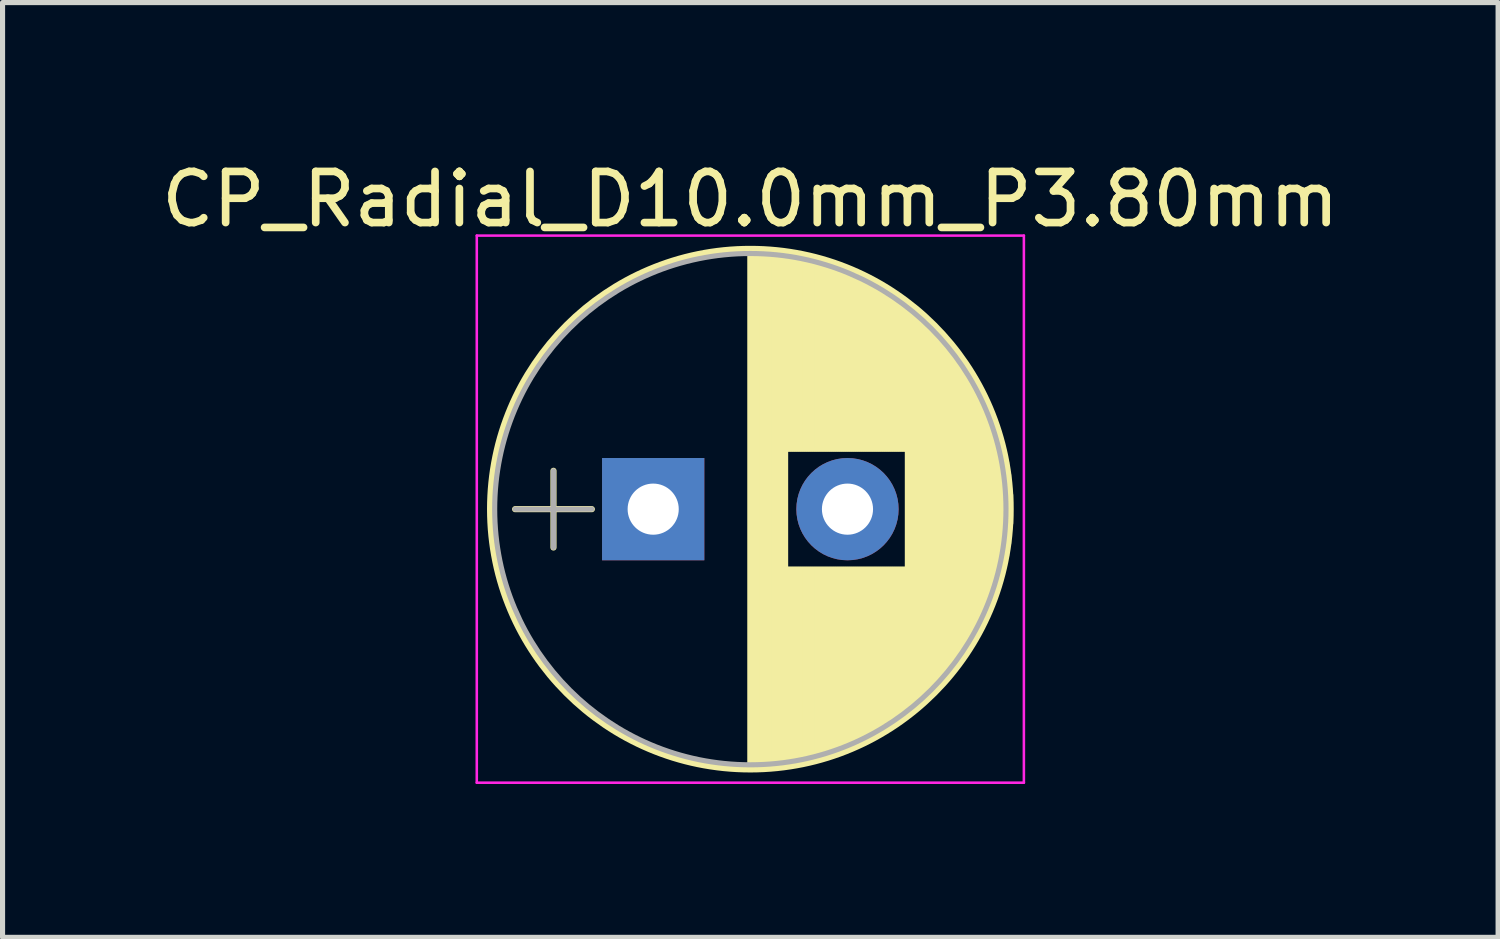
<source format=kicad_pcb>
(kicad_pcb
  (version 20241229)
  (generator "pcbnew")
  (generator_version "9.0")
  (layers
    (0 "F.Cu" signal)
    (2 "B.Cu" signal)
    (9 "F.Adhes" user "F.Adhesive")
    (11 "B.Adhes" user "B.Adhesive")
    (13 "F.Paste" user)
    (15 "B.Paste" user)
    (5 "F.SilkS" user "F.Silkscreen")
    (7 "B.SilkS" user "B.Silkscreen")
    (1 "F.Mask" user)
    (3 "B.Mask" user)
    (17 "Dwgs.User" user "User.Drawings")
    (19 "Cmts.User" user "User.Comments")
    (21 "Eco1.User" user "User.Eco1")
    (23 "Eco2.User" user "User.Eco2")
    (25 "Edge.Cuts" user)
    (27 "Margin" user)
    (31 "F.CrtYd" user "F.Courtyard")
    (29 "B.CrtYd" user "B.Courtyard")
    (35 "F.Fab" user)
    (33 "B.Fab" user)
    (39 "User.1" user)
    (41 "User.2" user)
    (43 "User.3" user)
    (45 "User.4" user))
  (footprint "CP_Radial_D10.0mm_P3.80mm"
    (layer "F.Cu")
    (at 9.725 6.908)
    (property "Reference" "CP_Radial_D10.0mm_P3.80mm" (at 1.9 -6.06 0) (layer "F.SilkS") (effects (font (size 1 1) (thickness 0.15))))
    (attr through_hole)
    (fp_line (start -2.7 0) (end -1.2 0) (stroke (width 0.12) (type solid)) (layer "F.SilkS"))
    (fp_line (start -1.95 -0.75) (end -1.95 0.75) (stroke (width 0.12) (type solid)) (layer "F.SilkS"))
    (fp_line (start 1.9 -5.05) (end 1.9 5.05) (stroke (width 0.12) (type solid)) (layer "F.SilkS"))
    (fp_line (start 1.94 -5.05) (end 1.94 5.05) (stroke (width 0.12) (type solid)) (layer "F.SilkS"))
    (fp_line (start 1.98 -5.05) (end 1.98 5.05) (stroke (width 0.12) (type solid)) (layer "F.SilkS"))
    (fp_line (start 2.02 -5.049) (end 2.02 5.049) (stroke (width 0.12) (type solid)) (layer "F.SilkS"))
    (fp_line (start 2.06 -5.048) (end 2.06 5.048) (stroke (width 0.12) (type solid)) (layer "F.SilkS"))
    (fp_line (start 2.1 -5.047) (end 2.1 5.047) (stroke (width 0.12) (type solid)) (layer "F.SilkS"))
    (fp_line (start 2.14 -5.045) (end 2.14 5.045) (stroke (width 0.12) (type solid)) (layer "F.SilkS"))
    (fp_line (start 2.18 -5.043) (end 2.18 5.043) (stroke (width 0.12) (type solid)) (layer "F.SilkS"))
    (fp_line (start 2.22 -5.04) (end 2.22 5.04) (stroke (width 0.12) (type solid)) (layer "F.SilkS"))
    (fp_line (start 2.26 -5.038) (end 2.26 5.038) (stroke (width 0.12) (type solid)) (layer "F.SilkS"))
    (fp_line (start 2.3 -5.035) (end 2.3 5.035) (stroke (width 0.12) (type solid)) (layer "F.SilkS"))
    (fp_line (start 2.34 -5.031) (end 2.34 5.031) (stroke (width 0.12) (type solid)) (layer "F.SilkS"))
    (fp_line (start 2.38 -5.028) (end 2.38 5.028) (stroke (width 0.12) (type solid)) (layer "F.SilkS"))
    (fp_line (start 2.42 -5.024) (end 2.42 5.024) (stroke (width 0.12) (type solid)) (layer "F.SilkS"))
    (fp_line (start 2.46 -5.02) (end 2.46 5.02) (stroke (width 0.12) (type solid)) (layer "F.SilkS"))
    (fp_line (start 2.5 -5.015) (end 2.5 5.015) (stroke (width 0.12) (type solid)) (layer "F.SilkS"))
    (fp_line (start 2.54 -5.01) (end 2.54 5.01) (stroke (width 0.12) (type solid)) (layer "F.SilkS"))
    (fp_line (start 2.58 -5.005) (end 2.58 5.005) (stroke (width 0.12) (type solid)) (layer "F.SilkS"))
    (fp_line (start 2.621 -4.999) (end 2.621 -1.181) (stroke (width 0.12) (type solid)) (layer "F.SilkS"))
    (fp_line (start 2.621 1.181) (end 2.621 4.999) (stroke (width 0.12) (type solid)) (layer "F.SilkS"))
    (fp_line (start 2.661 -4.993) (end 2.661 -1.181) (stroke (width 0.12) (type solid)) (layer "F.SilkS"))
    (fp_line (start 2.661 1.181) (end 2.661 4.993) (stroke (width 0.12) (type solid)) (layer "F.SilkS"))
    (fp_line (start 2.701 -4.987) (end 2.701 -1.181) (stroke (width 0.12) (type solid)) (layer "F.SilkS"))
    (fp_line (start 2.701 1.181) (end 2.701 4.987) (stroke (width 0.12) (type solid)) (layer "F.SilkS"))
    (fp_line (start 2.741 -4.981) (end 2.741 -1.181) (stroke (width 0.12) (type solid)) (layer "F.SilkS"))
    (fp_line (start 2.741 1.181) (end 2.741 4.981) (stroke (width 0.12) (type solid)) (layer "F.SilkS"))
    (fp_line (start 2.781 -4.974) (end 2.781 -1.181) (stroke (width 0.12) (type solid)) (layer "F.SilkS"))
    (fp_line (start 2.781 1.181) (end 2.781 4.974) (stroke (width 0.12) (type solid)) (layer "F.SilkS"))
    (fp_line (start 2.821 -4.967) (end 2.821 -1.181) (stroke (width 0.12) (type solid)) (layer "F.SilkS"))
    (fp_line (start 2.821 1.181) (end 2.821 4.967) (stroke (width 0.12) (type solid)) (layer "F.SilkS"))
    (fp_line (start 2.861 -4.959) (end 2.861 -1.181) (stroke (width 0.12) (type solid)) (layer "F.SilkS"))
    (fp_line (start 2.861 1.181) (end 2.861 4.959) (stroke (width 0.12) (type solid)) (layer "F.SilkS"))
    (fp_line (start 2.901 -4.951) (end 2.901 -1.181) (stroke (width 0.12) (type solid)) (layer "F.SilkS"))
    (fp_line (start 2.901 1.181) (end 2.901 4.951) (stroke (width 0.12) (type solid)) (layer "F.SilkS"))
    (fp_line (start 2.941 -4.943) (end 2.941 -1.181) (stroke (width 0.12) (type solid)) (layer "F.SilkS"))
    (fp_line (start 2.941 1.181) (end 2.941 4.943) (stroke (width 0.12) (type solid)) (layer "F.SilkS"))
    (fp_line (start 2.981 -4.935) (end 2.981 -1.181) (stroke (width 0.12) (type solid)) (layer "F.SilkS"))
    (fp_line (start 2.981 1.181) (end 2.981 4.935) (stroke (width 0.12) (type solid)) (layer "F.SilkS"))
    (fp_line (start 3.021 -4.926) (end 3.021 -1.181) (stroke (width 0.12) (type solid)) (layer "F.SilkS"))
    (fp_line (start 3.021 1.181) (end 3.021 4.926) (stroke (width 0.12) (type solid)) (layer "F.SilkS"))
    (fp_line (start 3.061 -4.917) (end 3.061 -1.181) (stroke (width 0.12) (type solid)) (layer "F.SilkS"))
    (fp_line (start 3.061 1.181) (end 3.061 4.917) (stroke (width 0.12) (type solid)) (layer "F.SilkS"))
    (fp_line (start 3.101 -4.907) (end 3.101 -1.181) (stroke (width 0.12) (type solid)) (layer "F.SilkS"))
    (fp_line (start 3.101 1.181) (end 3.101 4.907) (stroke (width 0.12) (type solid)) (layer "F.SilkS"))
    (fp_line (start 3.141 -4.897) (end 3.141 -1.181) (stroke (width 0.12) (type solid)) (layer "F.SilkS"))
    (fp_line (start 3.141 1.181) (end 3.141 4.897) (stroke (width 0.12) (type solid)) (layer "F.SilkS"))
    (fp_line (start 3.181 -4.887) (end 3.181 -1.181) (stroke (width 0.12) (type solid)) (layer "F.SilkS"))
    (fp_line (start 3.181 1.181) (end 3.181 4.887) (stroke (width 0.12) (type solid)) (layer "F.SilkS"))
    (fp_line (start 3.221 -4.876) (end 3.221 -1.181) (stroke (width 0.12) (type solid)) (layer "F.SilkS"))
    (fp_line (start 3.221 1.181) (end 3.221 4.876) (stroke (width 0.12) (type solid)) (layer "F.SilkS"))
    (fp_line (start 3.261 -4.865) (end 3.261 -1.181) (stroke (width 0.12) (type solid)) (layer "F.SilkS"))
    (fp_line (start 3.261 1.181) (end 3.261 4.865) (stroke (width 0.12) (type solid)) (layer "F.SilkS"))
    (fp_line (start 3.301 -4.854) (end 3.301 -1.181) (stroke (width 0.12) (type solid)) (layer "F.SilkS"))
    (fp_line (start 3.301 1.181) (end 3.301 4.854) (stroke (width 0.12) (type solid)) (layer "F.SilkS"))
    (fp_line (start 3.341 -4.843) (end 3.341 -1.181) (stroke (width 0.12) (type solid)) (layer "F.SilkS"))
    (fp_line (start 3.341 1.181) (end 3.341 4.843) (stroke (width 0.12) (type solid)) (layer "F.SilkS"))
    (fp_line (start 3.381 -4.831) (end 3.381 -1.181) (stroke (width 0.12) (type solid)) (layer "F.SilkS"))
    (fp_line (start 3.381 1.181) (end 3.381 4.831) (stroke (width 0.12) (type solid)) (layer "F.SilkS"))
    (fp_line (start 3.421 -4.818) (end 3.421 -1.181) (stroke (width 0.12) (type solid)) (layer "F.SilkS"))
    (fp_line (start 3.421 1.181) (end 3.421 4.818) (stroke (width 0.12) (type solid)) (layer "F.SilkS"))
    (fp_line (start 3.461 -4.806) (end 3.461 -1.181) (stroke (width 0.12) (type solid)) (layer "F.SilkS"))
    (fp_line (start 3.461 1.181) (end 3.461 4.806) (stroke (width 0.12) (type solid)) (layer "F.SilkS"))
    (fp_line (start 3.501 -4.792) (end 3.501 -1.181) (stroke (width 0.12) (type solid)) (layer "F.SilkS"))
    (fp_line (start 3.501 1.181) (end 3.501 4.792) (stroke (width 0.12) (type solid)) (layer "F.SilkS"))
    (fp_line (start 3.541 -4.779) (end 3.541 -1.181) (stroke (width 0.12) (type solid)) (layer "F.SilkS"))
    (fp_line (start 3.541 1.181) (end 3.541 4.779) (stroke (width 0.12) (type solid)) (layer "F.SilkS"))
    (fp_line (start 3.581 -4.765) (end 3.581 -1.181) (stroke (width 0.12) (type solid)) (layer "F.SilkS"))
    (fp_line (start 3.581 1.181) (end 3.581 4.765) (stroke (width 0.12) (type solid)) (layer "F.SilkS"))
    (fp_line (start 3.621 -4.751) (end 3.621 -1.181) (stroke (width 0.12) (type solid)) (layer "F.SilkS"))
    (fp_line (start 3.621 1.181) (end 3.621 4.751) (stroke (width 0.12) (type solid)) (layer "F.SilkS"))
    (fp_line (start 3.661 -4.737) (end 3.661 -1.181) (stroke (width 0.12) (type solid)) (layer "F.SilkS"))
    (fp_line (start 3.661 1.181) (end 3.661 4.737) (stroke (width 0.12) (type solid)) (layer "F.SilkS"))
    (fp_line (start 3.701 -4.722) (end 3.701 -1.181) (stroke (width 0.12) (type solid)) (layer "F.SilkS"))
    (fp_line (start 3.701 1.181) (end 3.701 4.722) (stroke (width 0.12) (type solid)) (layer "F.SilkS"))
    (fp_line (start 3.741 -4.706) (end 3.741 -1.181) (stroke (width 0.12) (type solid)) (layer "F.SilkS"))
    (fp_line (start 3.741 1.181) (end 3.741 4.706) (stroke (width 0.12) (type solid)) (layer "F.SilkS"))
    (fp_line (start 3.781 -4.691) (end 3.781 -1.181) (stroke (width 0.12) (type solid)) (layer "F.SilkS"))
    (fp_line (start 3.781 1.181) (end 3.781 4.691) (stroke (width 0.12) (type solid)) (layer "F.SilkS"))
    (fp_line (start 3.821 -4.674) (end 3.821 -1.181) (stroke (width 0.12) (type solid)) (layer "F.SilkS"))
    (fp_line (start 3.821 1.181) (end 3.821 4.674) (stroke (width 0.12) (type solid)) (layer "F.SilkS"))
    (fp_line (start 3.861 -4.658) (end 3.861 -1.181) (stroke (width 0.12) (type solid)) (layer "F.SilkS"))
    (fp_line (start 3.861 1.181) (end 3.861 4.658) (stroke (width 0.12) (type solid)) (layer "F.SilkS"))
    (fp_line (start 3.901 -4.641) (end 3.901 -1.181) (stroke (width 0.12) (type solid)) (layer "F.SilkS"))
    (fp_line (start 3.901 1.181) (end 3.901 4.641) (stroke (width 0.12) (type solid)) (layer "F.SilkS"))
    (fp_line (start 3.941 -4.624) (end 3.941 -1.181) (stroke (width 0.12) (type solid)) (layer "F.SilkS"))
    (fp_line (start 3.941 1.181) (end 3.941 4.624) (stroke (width 0.12) (type solid)) (layer "F.SilkS"))
    (fp_line (start 3.981 -4.606) (end 3.981 -1.181) (stroke (width 0.12) (type solid)) (layer "F.SilkS"))
    (fp_line (start 3.981 1.181) (end 3.981 4.606) (stroke (width 0.12) (type solid)) (layer "F.SilkS"))
    (fp_line (start 4.021 -4.588) (end 4.021 -1.181) (stroke (width 0.12) (type solid)) (layer "F.SilkS"))
    (fp_line (start 4.021 1.181) (end 4.021 4.588) (stroke (width 0.12) (type solid)) (layer "F.SilkS"))
    (fp_line (start 4.061 -4.569) (end 4.061 -1.181) (stroke (width 0.12) (type solid)) (layer "F.SilkS"))
    (fp_line (start 4.061 1.181) (end 4.061 4.569) (stroke (width 0.12) (type solid)) (layer "F.SilkS"))
    (fp_line (start 4.101 -4.55) (end 4.101 -1.181) (stroke (width 0.12) (type solid)) (layer "F.SilkS"))
    (fp_line (start 4.101 1.181) (end 4.101 4.55) (stroke (width 0.12) (type solid)) (layer "F.SilkS"))
    (fp_line (start 4.141 -4.531) (end 4.141 -1.181) (stroke (width 0.12) (type solid)) (layer "F.SilkS"))
    (fp_line (start 4.141 1.181) (end 4.141 4.531) (stroke (width 0.12) (type solid)) (layer "F.SilkS"))
    (fp_line (start 4.181 -4.511) (end 4.181 -1.181) (stroke (width 0.12) (type solid)) (layer "F.SilkS"))
    (fp_line (start 4.181 1.181) (end 4.181 4.511) (stroke (width 0.12) (type solid)) (layer "F.SilkS"))
    (fp_line (start 4.221 -4.491) (end 4.221 -1.181) (stroke (width 0.12) (type solid)) (layer "F.SilkS"))
    (fp_line (start 4.221 1.181) (end 4.221 4.491) (stroke (width 0.12) (type solid)) (layer "F.SilkS"))
    (fp_line (start 4.261 -4.47) (end 4.261 -1.181) (stroke (width 0.12) (type solid)) (layer "F.SilkS"))
    (fp_line (start 4.261 1.181) (end 4.261 4.47) (stroke (width 0.12) (type solid)) (layer "F.SilkS"))
    (fp_line (start 4.301 -4.449) (end 4.301 -1.181) (stroke (width 0.12) (type solid)) (layer "F.SilkS"))
    (fp_line (start 4.301 1.181) (end 4.301 4.449) (stroke (width 0.12) (type solid)) (layer "F.SilkS"))
    (fp_line (start 4.341 -4.428) (end 4.341 -1.181) (stroke (width 0.12) (type solid)) (layer "F.SilkS"))
    (fp_line (start 4.341 1.181) (end 4.341 4.428) (stroke (width 0.12) (type solid)) (layer "F.SilkS"))
    (fp_line (start 4.381 -4.405) (end 4.381 -1.181) (stroke (width 0.12) (type solid)) (layer "F.SilkS"))
    (fp_line (start 4.381 1.181) (end 4.381 4.405) (stroke (width 0.12) (type solid)) (layer "F.SilkS"))
    (fp_line (start 4.421 -4.383) (end 4.421 -1.181) (stroke (width 0.12) (type solid)) (layer "F.SilkS"))
    (fp_line (start 4.421 1.181) (end 4.421 4.383) (stroke (width 0.12) (type solid)) (layer "F.SilkS"))
    (fp_line (start 4.461 -4.36) (end 4.461 -1.181) (stroke (width 0.12) (type solid)) (layer "F.SilkS"))
    (fp_line (start 4.461 1.181) (end 4.461 4.36) (stroke (width 0.12) (type solid)) (layer "F.SilkS"))
    (fp_line (start 4.501 -4.336) (end 4.501 -1.181) (stroke (width 0.12) (type solid)) (layer "F.SilkS"))
    (fp_line (start 4.501 1.181) (end 4.501 4.336) (stroke (width 0.12) (type solid)) (layer "F.SilkS"))
    (fp_line (start 4.541 -4.312) (end 4.541 -1.181) (stroke (width 0.12) (type solid)) (layer "F.SilkS"))
    (fp_line (start 4.541 1.181) (end 4.541 4.312) (stroke (width 0.12) (type solid)) (layer "F.SilkS"))
    (fp_line (start 4.581 -4.288) (end 4.581 -1.181) (stroke (width 0.12) (type solid)) (layer "F.SilkS"))
    (fp_line (start 4.581 1.181) (end 4.581 4.288) (stroke (width 0.12) (type solid)) (layer "F.SilkS"))
    (fp_line (start 4.621 -4.263) (end 4.621 -1.181) (stroke (width 0.12) (type solid)) (layer "F.SilkS"))
    (fp_line (start 4.621 1.181) (end 4.621 4.263) (stroke (width 0.12) (type solid)) (layer "F.SilkS"))
    (fp_line (start 4.661 -4.237) (end 4.661 -1.181) (stroke (width 0.12) (type solid)) (layer "F.SilkS"))
    (fp_line (start 4.661 1.181) (end 4.661 4.237) (stroke (width 0.12) (type solid)) (layer "F.SilkS"))
    (fp_line (start 4.701 -4.211) (end 4.701 -1.181) (stroke (width 0.12) (type solid)) (layer "F.SilkS"))
    (fp_line (start 4.701 1.181) (end 4.701 4.211) (stroke (width 0.12) (type solid)) (layer "F.SilkS"))
    (fp_line (start 4.741 -4.185) (end 4.741 -1.181) (stroke (width 0.12) (type solid)) (layer "F.SilkS"))
    (fp_line (start 4.741 1.181) (end 4.741 4.185) (stroke (width 0.12) (type solid)) (layer "F.SilkS"))
    (fp_line (start 4.781 -4.157) (end 4.781 -1.181) (stroke (width 0.12) (type solid)) (layer "F.SilkS"))
    (fp_line (start 4.781 1.181) (end 4.781 4.157) (stroke (width 0.12) (type solid)) (layer "F.SilkS"))
    (fp_line (start 4.821 -4.13) (end 4.821 -1.181) (stroke (width 0.12) (type solid)) (layer "F.SilkS"))
    (fp_line (start 4.821 1.181) (end 4.821 4.13) (stroke (width 0.12) (type solid)) (layer "F.SilkS"))
    (fp_line (start 4.861 -4.101) (end 4.861 -1.181) (stroke (width 0.12) (type solid)) (layer "F.SilkS"))
    (fp_line (start 4.861 1.181) (end 4.861 4.101) (stroke (width 0.12) (type solid)) (layer "F.SilkS"))
    (fp_line (start 4.901 -4.072) (end 4.901 -1.181) (stroke (width 0.12) (type solid)) (layer "F.SilkS"))
    (fp_line (start 4.901 1.181) (end 4.901 4.072) (stroke (width 0.12) (type solid)) (layer "F.SilkS"))
    (fp_line (start 4.941 -4.043) (end 4.941 -1.181) (stroke (width 0.12) (type solid)) (layer "F.SilkS"))
    (fp_line (start 4.941 1.181) (end 4.941 4.043) (stroke (width 0.12) (type solid)) (layer "F.SilkS"))
    (fp_line (start 4.981 -4.013) (end 4.981 4.013) (stroke (width 0.12) (type solid)) (layer "F.SilkS"))
    (fp_line (start 5.021 -3.982) (end 5.021 3.982) (stroke (width 0.12) (type solid)) (layer "F.SilkS"))
    (fp_line (start 5.061 -3.951) (end 5.061 3.951) (stroke (width 0.12) (type solid)) (layer "F.SilkS"))
    (fp_line (start 5.101 -3.919) (end 5.101 3.919) (stroke (width 0.12) (type solid)) (layer "F.SilkS"))
    (fp_line (start 5.141 -3.886) (end 5.141 3.886) (stroke (width 0.12) (type solid)) (layer "F.SilkS"))
    (fp_line (start 5.181 -3.853) (end 5.181 3.853) (stroke (width 0.12) (type solid)) (layer "F.SilkS"))
    (fp_line (start 5.221 -3.819) (end 5.221 3.819) (stroke (width 0.12) (type solid)) (layer "F.SilkS"))
    (fp_line (start 5.261 -3.784) (end 5.261 3.784) (stroke (width 0.12) (type solid)) (layer "F.SilkS"))
    (fp_line (start 5.301 -3.748) (end 5.301 3.748) (stroke (width 0.12) (type solid)) (layer "F.SilkS"))
    (fp_line (start 5.341 -3.712) (end 5.341 3.712) (stroke (width 0.12) (type solid)) (layer "F.SilkS"))
    (fp_line (start 5.381 -3.675) (end 5.381 3.675) (stroke (width 0.12) (type solid)) (layer "F.SilkS"))
    (fp_line (start 5.421 -3.637) (end 5.421 3.637) (stroke (width 0.12) (type solid)) (layer "F.SilkS"))
    (fp_line (start 5.461 -3.598) (end 5.461 3.598) (stroke (width 0.12) (type solid)) (layer "F.SilkS"))
    (fp_line (start 5.501 -3.559) (end 5.501 3.559) (stroke (width 0.12) (type solid)) (layer "F.SilkS"))
    (fp_line (start 5.541 -3.518) (end 5.541 3.518) (stroke (width 0.12) (type solid)) (layer "F.SilkS"))
    (fp_line (start 5.581 -3.477) (end 5.581 3.477) (stroke (width 0.12) (type solid)) (layer "F.SilkS"))
    (fp_line (start 5.621 -3.435) (end 5.621 3.435) (stroke (width 0.12) (type solid)) (layer "F.SilkS"))
    (fp_line (start 5.661 -3.391) (end 5.661 3.391) (stroke (width 0.12) (type solid)) (layer "F.SilkS"))
    (fp_line (start 5.701 -3.347) (end 5.701 3.347) (stroke (width 0.12) (type solid)) (layer "F.SilkS"))
    (fp_line (start 5.741 -3.302) (end 5.741 3.302) (stroke (width 0.12) (type solid)) (layer "F.SilkS"))
    (fp_line (start 5.781 -3.255) (end 5.781 3.255) (stroke (width 0.12) (type solid)) (layer "F.SilkS"))
    (fp_line (start 5.821 -3.207) (end 5.821 3.207) (stroke (width 0.12) (type solid)) (layer "F.SilkS"))
    (fp_line (start 5.861 -3.158) (end 5.861 3.158) (stroke (width 0.12) (type solid)) (layer "F.SilkS"))
    (fp_line (start 5.901 -3.108) (end 5.901 3.108) (stroke (width 0.12) (type solid)) (layer "F.SilkS"))
    (fp_line (start 5.941 -3.057) (end 5.941 3.057) (stroke (width 0.12) (type solid)) (layer "F.SilkS"))
    (fp_line (start 5.981 -3.004) (end 5.981 3.004) (stroke (width 0.12) (type solid)) (layer "F.SilkS"))
    (fp_line (start 6.021 -2.949) (end 6.021 2.949) (stroke (width 0.12) (type solid)) (layer "F.SilkS"))
    (fp_line (start 6.061 -2.894) (end 6.061 2.894) (stroke (width 0.12) (type solid)) (layer "F.SilkS"))
    (fp_line (start 6.101 -2.836) (end 6.101 2.836) (stroke (width 0.12) (type solid)) (layer "F.SilkS"))
    (fp_line (start 6.141 -2.777) (end 6.141 2.777) (stroke (width 0.12) (type solid)) (layer "F.SilkS"))
    (fp_line (start 6.181 -2.715) (end 6.181 2.715) (stroke (width 0.12) (type solid)) (layer "F.SilkS"))
    (fp_line (start 6.221 -2.652) (end 6.221 2.652) (stroke (width 0.12) (type solid)) (layer "F.SilkS"))
    (fp_line (start 6.261 -2.587) (end 6.261 2.587) (stroke (width 0.12) (type solid)) (layer "F.SilkS"))
    (fp_line (start 6.301 -2.519) (end 6.301 2.519) (stroke (width 0.12) (type solid)) (layer "F.SilkS"))
    (fp_line (start 6.341 -2.449) (end 6.341 2.449) (stroke (width 0.12) (type solid)) (layer "F.SilkS"))
    (fp_line (start 6.381 -2.377) (end 6.381 2.377) (stroke (width 0.12) (type solid)) (layer "F.SilkS"))
    (fp_line (start 6.421 -2.301) (end 6.421 2.301) (stroke (width 0.12) (type solid)) (layer "F.SilkS"))
    (fp_line (start 6.461 -2.222) (end 6.461 2.222) (stroke (width 0.12) (type solid)) (layer "F.SilkS"))
    (fp_line (start 6.501 -2.14) (end 6.501 2.14) (stroke (width 0.12) (type solid)) (layer "F.SilkS"))
    (fp_line (start 6.541 -2.053) (end 6.541 2.053) (stroke (width 0.12) (type solid)) (layer "F.SilkS"))
    (fp_line (start 6.581 -1.962) (end 6.581 1.962) (stroke (width 0.12) (type solid)) (layer "F.SilkS"))
    (fp_line (start 6.621 -1.866) (end 6.621 1.866) (stroke (width 0.12) (type solid)) (layer "F.SilkS"))
    (fp_line (start 6.661 -1.763) (end 6.661 1.763) (stroke (width 0.12) (type solid)) (layer "F.SilkS"))
    (fp_line (start 6.701 -1.654) (end 6.701 1.654) (stroke (width 0.12) (type solid)) (layer "F.SilkS"))
    (fp_line (start 6.741 -1.536) (end 6.741 1.536) (stroke (width 0.12) (type solid)) (layer "F.SilkS"))
    (fp_line (start 6.781 -1.407) (end 6.781 1.407) (stroke (width 0.12) (type solid)) (layer "F.SilkS"))
    (fp_line (start 6.821 -1.265) (end 6.821 1.265) (stroke (width 0.12) (type solid)) (layer "F.SilkS"))
    (fp_line (start 6.861 -1.104) (end 6.861 1.104) (stroke (width 0.12) (type solid)) (layer "F.SilkS"))
    (fp_line (start 6.901 -0.913) (end 6.901 0.913) (stroke (width 0.12) (type solid)) (layer "F.SilkS"))
    (fp_line (start 6.941 -0.672) (end 6.941 0.672) (stroke (width 0.12) (type solid)) (layer "F.SilkS"))
    (fp_line (start 6.981 -0.279) (end 6.981 0.279) (stroke (width 0.12) (type solid)) (layer "F.SilkS"))
    (fp_circle (center 1.9 0) (end 6.99 0) (stroke (width 0.12) (type solid)) (fill no) (layer "F.SilkS"))
    (fp_line (start -3.45 -5.35) (end -3.45 5.35) (stroke (width 0.05) (type solid)) (layer "F.CrtYd"))
    (fp_line (start -3.45 5.35) (end 7.25 5.35) (stroke (width 0.05) (type solid)) (layer "F.CrtYd"))
    (fp_line (start 7.25 -5.35) (end -3.45 -5.35) (stroke (width 0.05) (type solid)) (layer "F.CrtYd"))
    (fp_line (start 7.25 5.35) (end 7.25 -5.35) (stroke (width 0.05) (type solid)) (layer "F.CrtYd"))
    (fp_line (start -2.7 0) (end -1.2 0) (stroke (width 0.1) (type solid)) (layer "F.Fab"))
    (fp_line (start -1.95 -0.75) (end -1.95 0.75) (stroke (width 0.1) (type solid)) (layer "F.Fab"))
    (fp_circle (center 1.9 0) (end 6.9 0) (stroke (width 0.1) (type solid)) (fill no) (layer "F.Fab"))
    (pad "1" thru_hole rect (at 0 0) (size 2 2) (drill 1) (layers "*.Cu" "*.Mask"))
    (pad "2" thru_hole circle (at 3.8 0) (size 2 2) (drill 1) (layers "*.Cu" "*.Mask")))
  (gr_rect
    (start -3 -3)
    (end 26.25 15.283)
    (stroke (width 0.1) (type default))
    (fill no)
    (layer "Edge.Cuts")))
</source>
